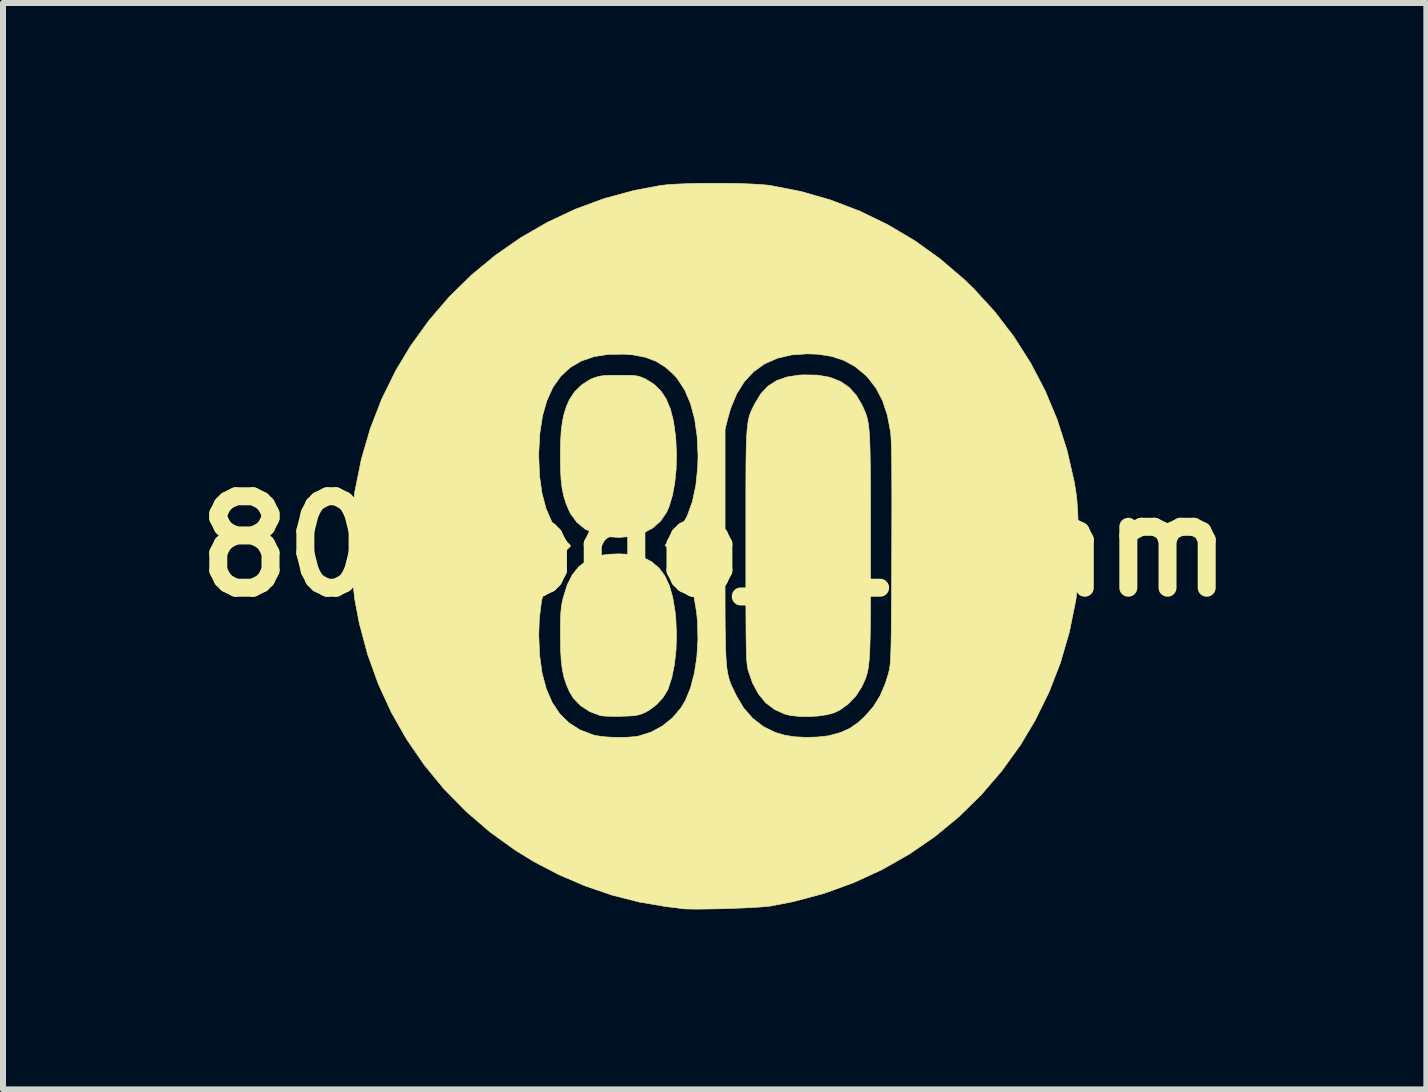
<source format=kicad_pcb>
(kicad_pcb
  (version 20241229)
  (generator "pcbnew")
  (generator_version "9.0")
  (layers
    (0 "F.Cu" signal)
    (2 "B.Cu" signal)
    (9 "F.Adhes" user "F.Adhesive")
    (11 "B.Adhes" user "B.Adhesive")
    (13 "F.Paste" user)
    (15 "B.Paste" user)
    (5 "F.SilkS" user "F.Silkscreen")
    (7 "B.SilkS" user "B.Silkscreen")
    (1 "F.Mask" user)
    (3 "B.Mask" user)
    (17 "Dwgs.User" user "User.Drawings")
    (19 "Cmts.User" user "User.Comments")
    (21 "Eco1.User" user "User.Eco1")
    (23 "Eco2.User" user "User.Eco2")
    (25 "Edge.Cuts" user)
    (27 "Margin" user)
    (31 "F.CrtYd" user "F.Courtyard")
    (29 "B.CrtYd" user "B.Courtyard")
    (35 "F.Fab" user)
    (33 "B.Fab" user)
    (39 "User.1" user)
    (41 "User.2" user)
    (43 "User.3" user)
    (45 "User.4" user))
  (footprint "80_logo_12mm"
    (layer "F.Cu")
    (at 8.861 6.056)
    (property "Reference" "80_logo_12mm" (at 0 0 0) (layer "F.SilkS") (effects (font (size 1.524 1.524) (thickness 0.3))))
    (attr through_hole)
    (fp_poly (pts (xy -1.465 -2.851) (xy -1.373 -2.848) (xy -1.305 -2.842) (xy -1.252 -2.83) (xy -1.202 -2.811) (xy -1.151 -2.788) (xy -1.013 -2.703) (xy -0.899 -2.593) (xy -0.808 -2.456) (xy -0.738 -2.288) (xy -0.686 -2.084) (xy -0.652 -1.84) (xy -0.647 -1.778) (xy -0.636 -1.532) (xy -0.642 -1.289) (xy -0.665 -1.058) (xy -0.704 -0.849) (xy -0.757 -0.67) (xy -0.798 -0.574) (xy -0.899 -0.424) (xy -1.032 -0.306) (xy -1.194 -0.22) (xy -1.383 -0.167) (xy -1.595 -0.149) (xy -1.796 -0.163) (xy -1.991 -0.208) (xy -2.159 -0.288) (xy -2.296 -0.401) (xy -2.401 -0.544) (xy -2.422 -0.585) (xy -2.474 -0.707) (xy -2.513 -0.83) (xy -2.542 -0.961) (xy -2.56 -1.112) (xy -2.569 -1.289) (xy -2.572 -1.502) (xy -2.572 -1.536) (xy -2.568 -1.752) (xy -2.557 -1.932) (xy -2.537 -2.083) (xy -2.508 -2.215) (xy -2.468 -2.337) (xy -2.42 -2.446) (xy -2.335 -2.575) (xy -2.219 -2.689) (xy -2.084 -2.777) (xy -2.037 -2.798) (xy -1.976 -2.82) (xy -1.917 -2.836) (xy -1.847 -2.845) (xy -1.757 -2.85) (xy -1.635 -2.851) (xy -1.593 -2.851) (xy -1.465 -2.851)) (stroke (width 0.01) (type solid)) (fill yes) (layer "F.SilkS"))
    (fp_poly (pts (xy -1.432 0.133) (xy -1.291 0.154) (xy -1.199 0.181) (xy -1.053 0.255) (xy -0.931 0.357) (xy -0.833 0.487) (xy -0.756 0.65) (xy -0.699 0.849) (xy -0.66 1.087) (xy -0.647 1.216) (xy -0.636 1.475) (xy -0.644 1.729) (xy -0.671 1.969) (xy -0.714 2.185) (xy -0.773 2.368) (xy -0.784 2.393) (xy -0.859 2.517) (xy -0.965 2.633) (xy -1.09 2.729) (xy -1.151 2.763) (xy -1.213 2.791) (xy -1.271 2.809) (xy -1.337 2.821) (xy -1.424 2.827) (xy -1.543 2.831) (xy -1.559 2.832) (xy -1.674 2.833) (xy -1.779 2.831) (xy -1.861 2.826) (xy -1.905 2.82) (xy -2.082 2.753) (xy -2.234 2.655) (xy -2.355 2.529) (xy -2.42 2.422) (xy -2.471 2.305) (xy -2.51 2.186) (xy -2.538 2.058) (xy -2.557 1.91) (xy -2.567 1.735) (xy -2.571 1.523) (xy -2.571 1.501) (xy -2.571 1.336) (xy -2.569 1.207) (xy -2.564 1.106) (xy -2.556 1.022) (xy -2.544 0.946) (xy -2.527 0.868) (xy -2.521 0.845) (xy -2.456 0.639) (xy -2.371 0.471) (xy -2.264 0.339) (xy -2.132 0.239) (xy -2.012 0.181) (xy -1.896 0.149) (xy -1.75 0.131) (xy -1.59 0.125) (xy -1.432 0.133)) (stroke (width 0.01) (type solid)) (fill yes) (layer "F.SilkS"))
    (fp_poly (pts (xy 1.714 -2.854) (xy 1.92 -2.818) (xy 2.096 -2.749) (xy 2.244 -2.647) (xy 2.366 -2.509) (xy 2.448 -2.37) (xy 2.474 -2.317) (xy 2.496 -2.268) (xy 2.516 -2.22) (xy 2.533 -2.169) (xy 2.548 -2.112) (xy 2.56 -2.047) (xy 2.57 -1.969) (xy 2.578 -1.876) (xy 2.584 -1.764) (xy 2.589 -1.63) (xy 2.592 -1.471) (xy 2.595 -1.284) (xy 2.596 -1.064) (xy 2.597 -0.81) (xy 2.598 -0.518) (xy 2.598 -0.184) (xy 2.598 -0.012) (xy 2.598 0.343) (xy 2.598 0.654) (xy 2.597 0.926) (xy 2.596 1.161) (xy 2.594 1.363) (xy 2.591 1.535) (xy 2.587 1.681) (xy 2.581 1.803) (xy 2.574 1.904) (xy 2.565 1.989) (xy 2.554 2.06) (xy 2.54 2.12) (xy 2.524 2.173) (xy 2.506 2.222) (xy 2.484 2.271) (xy 2.46 2.322) (xy 2.447 2.348) (xy 2.355 2.491) (xy 2.233 2.621) (xy 2.092 2.724) (xy 1.992 2.773) (xy 1.876 2.805) (xy 1.732 2.827) (xy 1.573 2.836) (xy 1.415 2.834) (xy 1.273 2.82) (xy 1.176 2.798) (xy 1.001 2.72) (xy 0.853 2.608) (xy 0.731 2.462) (xy 0.632 2.279) (xy 0.562 2.077) (xy 0.554 2.048) (xy 0.548 2.016) (xy 0.542 1.977) (xy 0.537 1.929) (xy 0.533 1.869) (xy 0.53 1.793) (xy 0.527 1.697) (xy 0.525 1.58) (xy 0.523 1.438) (xy 0.522 1.267) (xy 0.521 1.065) (xy 0.52 0.828) (xy 0.52 0.554) (xy 0.52 0.238) (xy 0.52 -0.012) (xy 0.52 -0.367) (xy 0.52 -0.679) (xy 0.52 -0.952) (xy 0.521 -1.188) (xy 0.522 -1.39) (xy 0.525 -1.563) (xy 0.528 -1.708) (xy 0.533 -1.83) (xy 0.54 -1.931) (xy 0.548 -2.014) (xy 0.558 -2.084) (xy 0.57 -2.142) (xy 0.585 -2.193) (xy 0.602 -2.239) (xy 0.622 -2.284) (xy 0.645 -2.33) (xy 0.671 -2.381) (xy 0.673 -2.385) (xy 0.772 -2.547) (xy 0.891 -2.672) (xy 1.033 -2.763) (xy 1.204 -2.823) (xy 1.408 -2.854) (xy 1.476 -2.858) (xy 1.714 -2.854)) (stroke (width 0.01) (type solid)) (fill yes) (layer "F.SilkS"))
    (fp_poly (pts (xy 0.175 -6.051) (xy 0.384 -6.047) (xy 0.576 -6.041) (xy 0.744 -6.032) (xy 0.88 -6.021) (xy 0.93 -6.014) (xy 1.438 -5.915) (xy 1.935 -5.772) (xy 2.419 -5.587) (xy 2.885 -5.361) (xy 3.332 -5.096) (xy 3.755 -4.793) (xy 4.152 -4.454) (xy 4.306 -4.306) (xy 4.664 -3.916) (xy 4.984 -3.499) (xy 5.265 -3.058) (xy 5.508 -2.594) (xy 5.71 -2.109) (xy 5.872 -1.603) (xy 5.992 -1.079) (xy 6.019 -0.919) (xy 6.036 -0.78) (xy 6.049 -0.604) (xy 6.058 -0.401) (xy 6.063 -0.182) (xy 6.064 0.045) (xy 6.061 0.269) (xy 6.054 0.481) (xy 6.043 0.672) (xy 6.028 0.831) (xy 6.019 0.896) (xy 5.912 1.426) (xy 5.763 1.938) (xy 5.573 2.429) (xy 5.342 2.899) (xy 5.094 3.314) (xy 4.783 3.745) (xy 4.441 4.143) (xy 4.068 4.508) (xy 3.667 4.839) (xy 3.239 5.132) (xy 2.787 5.389) (xy 2.312 5.607) (xy 1.817 5.786) (xy 1.302 5.923) (xy 0.935 5.994) (xy 0.857 6.003) (xy 0.743 6.012) (xy 0.603 6.02) (xy 0.443 6.028) (xy 0.272 6.034) (xy 0.099 6.04) (xy -0.071 6.043) (xy -0.228 6.045) (xy -0.364 6.045) (xy -0.472 6.043) (xy -0.543 6.038) (xy -0.554 6.037) (xy -0.603 6.029) (xy -0.683 6.019) (xy -0.78 6.007) (xy -0.82 6.002) (xy -1.262 5.927) (xy -1.712 5.812) (xy -2.159 5.659) (xy -2.598 5.471) (xy -3.019 5.251) (xy -3.314 5.07) (xy -3.745 4.76) (xy -4.144 4.417) (xy -4.509 4.045) (xy -4.839 3.644) (xy -5.133 3.216) (xy -5.39 2.764) (xy -5.608 2.289) (xy -5.786 1.793) (xy -5.923 1.279) (xy -5.996 0.896) (xy -6.013 0.756) (xy -6.026 0.581) (xy -6.035 0.378) (xy -6.04 0.159) (xy -6.041 -0.068) (xy -6.038 -0.292) (xy -6.031 -0.504) (xy -6.02 -0.695) (xy -6.005 -0.854) (xy -5.996 -0.919) (xy -5.889 -1.449) (xy -5.874 -1.501) (xy -2.932 -1.501) (xy -2.919 -1.174) (xy -2.878 -0.884) (xy -2.81 -0.628) (xy -2.713 -0.405) (xy -2.588 -0.215) (xy -2.514 -0.131) (xy -2.459 -0.073) (xy -2.418 -0.029) (xy -2.402 -0.008) (xy -2.401 -0.008) (xy -2.417 0.01) (xy -2.457 0.05) (xy -2.5 0.09) (xy -2.63 0.241) (xy -2.739 0.43) (xy -2.824 0.655) (xy -2.886 0.911) (xy -2.922 1.198) (xy -2.932 1.478) (xy -2.918 1.813) (xy -2.877 2.111) (xy -2.807 2.373) (xy -2.71 2.599) (xy -2.584 2.788) (xy -2.43 2.94) (xy -2.248 3.057) (xy -2.038 3.138) (xy -1.991 3.151) (xy -1.884 3.169) (xy -1.747 3.18) (xy -1.597 3.184) (xy -1.45 3.181) (xy -1.323 3.171) (xy -1.265 3.161) (xy -1.059 3.096) (xy -0.867 2.991) (xy -0.697 2.853) (xy -0.558 2.687) (xy -0.488 2.569) (xy -0.402 2.358) (xy -0.338 2.115) (xy -0.297 1.845) (xy -0.279 1.558) (xy -0.286 1.26) (xy -0.301 1.097) (xy -0.35 0.807) (xy -0.428 0.551) (xy -0.521 0.357) (xy 0.173 0.357) (xy 0.173 0.672) (xy 0.173 0.947) (xy 0.174 1.185) (xy 0.176 1.391) (xy 0.179 1.566) (xy 0.183 1.715) (xy 0.188 1.84) (xy 0.195 1.946) (xy 0.204 2.034) (xy 0.216 2.109) (xy 0.23 2.174) (xy 0.247 2.232) (xy 0.266 2.286) (xy 0.289 2.339) (xy 0.316 2.395) (xy 0.346 2.457) (xy 0.359 2.485) (xy 0.482 2.693) (xy 0.634 2.867) (xy 0.812 3.004) (xy 1.015 3.103) (xy 1.178 3.15) (xy 1.338 3.174) (xy 1.522 3.183) (xy 1.71 3.178) (xy 1.881 3.159) (xy 1.921 3.151) (xy 2.1 3.102) (xy 2.254 3.032) (xy 2.396 2.933) (xy 2.507 2.83) (xy 2.647 2.669) (xy 2.758 2.489) (xy 2.847 2.28) (xy 2.891 2.136) (xy 2.901 2.101) (xy 2.909 2.068) (xy 2.916 2.031) (xy 2.922 1.989) (xy 2.927 1.938) (xy 2.932 1.874) (xy 2.935 1.794) (xy 2.938 1.696) (xy 2.941 1.575) (xy 2.943 1.428) (xy 2.945 1.252) (xy 2.946 1.044) (xy 2.948 0.8) (xy 2.949 0.517) (xy 2.951 0.193) (xy 2.951 0.127) (xy 2.952 -0.248) (xy 2.953 -0.58) (xy 2.953 -0.869) (xy 2.952 -1.119) (xy 2.951 -1.332) (xy 2.949 -1.508) (xy 2.946 -1.652) (xy 2.942 -1.765) (xy 2.937 -1.849) (xy 2.932 -1.905) (xy 2.879 -2.184) (xy 2.799 -2.427) (xy 2.69 -2.636) (xy 2.553 -2.814) (xy 2.508 -2.859) (xy 2.34 -2.997) (xy 2.157 -3.098) (xy 1.954 -3.166) (xy 1.725 -3.202) (xy 1.545 -3.209) (xy 1.28 -3.191) (xy 1.043 -3.135) (xy 0.833 -3.042) (xy 0.65 -2.912) (xy 0.495 -2.745) (xy 0.367 -2.542) (xy 0.267 -2.301) (xy 0.226 -2.159) (xy 0.173 -1.951) (xy 0.173 0) (xy 0.173 0.357) (xy -0.521 0.357) (xy -0.534 0.331) (xy -0.668 0.146) (xy -0.705 0.106) (xy -0.827 -0.018) (xy -0.703 -0.14) (xy -0.567 -0.305) (xy -0.457 -0.507) (xy -0.372 -0.744) (xy -0.314 -1.013) (xy -0.283 -1.312) (xy -0.277 -1.512) (xy -0.292 -1.831) (xy -0.333 -2.121) (xy -0.402 -2.378) (xy -0.497 -2.602) (xy -0.618 -2.789) (xy -0.677 -2.858) (xy -0.822 -2.988) (xy -0.978 -3.085) (xy -1.155 -3.152) (xy -1.359 -3.191) (xy -1.501 -3.203) (xy -1.772 -3.2) (xy -2.013 -3.162) (xy -2.226 -3.088) (xy -2.411 -2.978) (xy -2.567 -2.832) (xy -2.696 -2.65) (xy -2.796 -2.431) (xy -2.869 -2.176) (xy -2.914 -1.884) (xy -2.932 -1.554) (xy -2.932 -1.501) (xy -5.874 -1.501) (xy -5.74 -1.961) (xy -5.55 -2.452) (xy -5.319 -2.922) (xy -5.07 -3.337) (xy -4.764 -3.762) (xy -4.424 -4.158) (xy -4.054 -4.521) (xy -3.656 -4.85) (xy -3.233 -5.144) (xy -2.787 -5.401) (xy -2.321 -5.62) (xy -1.837 -5.798) (xy -1.338 -5.933) (xy -0.906 -6.014) (xy -0.79 -6.027) (xy -0.636 -6.037) (xy -0.454 -6.045) (xy -0.252 -6.05) (xy -0.039 -6.051) (xy 0.175 -6.051)) (stroke (width 0.01) (type solid)) (fill yes) (layer "F.SilkS")))
  (gr_rect
    (start -3 -3)
    (end 20.722 15.107)
    (stroke (width 0.1) (type default))
    (fill no)
    (layer "Edge.Cuts")))
</source>
